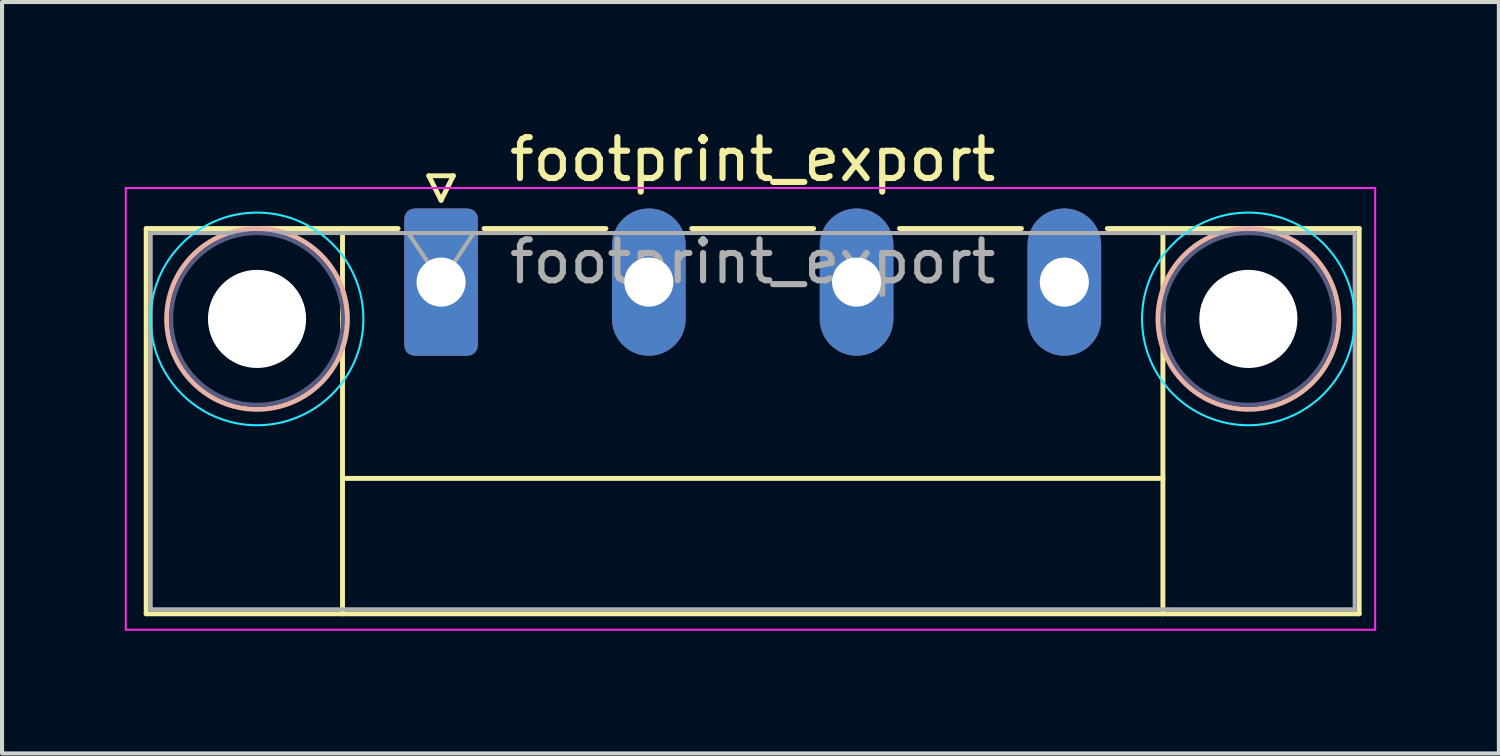
<source format=kicad_pcb>
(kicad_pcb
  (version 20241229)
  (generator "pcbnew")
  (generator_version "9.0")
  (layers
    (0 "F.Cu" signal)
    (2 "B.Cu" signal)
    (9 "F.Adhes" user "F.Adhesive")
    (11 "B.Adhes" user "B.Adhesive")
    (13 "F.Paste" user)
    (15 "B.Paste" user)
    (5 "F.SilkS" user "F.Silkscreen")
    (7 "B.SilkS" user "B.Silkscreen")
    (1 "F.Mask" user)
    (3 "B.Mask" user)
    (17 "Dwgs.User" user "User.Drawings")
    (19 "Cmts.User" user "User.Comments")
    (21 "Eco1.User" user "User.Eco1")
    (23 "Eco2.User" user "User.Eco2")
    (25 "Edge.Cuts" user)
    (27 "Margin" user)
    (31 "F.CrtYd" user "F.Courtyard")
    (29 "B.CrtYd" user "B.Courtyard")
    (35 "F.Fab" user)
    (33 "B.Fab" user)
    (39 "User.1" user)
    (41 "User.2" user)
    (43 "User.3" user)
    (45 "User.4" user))
  (footprint "footprint_export"
    (layer "F.Cu")
    (at 7.735 3.848)
    (property "Reference" "footprint_export" (at 7.62 -3 0) (layer "F.SilkS") (effects (font (size 1 1) (thickness 0.15))))
    (attr through_hole)
    (fp_line (start -7.21 -1.31) (end -7.21 8.11) (stroke (width 0.12) (type solid)) (layer "F.SilkS"))
    (fp_line (start -7.21 -1.31) (end -1.05 -1.31) (stroke (width 0.12) (type solid)) (layer "F.SilkS"))
    (fp_line (start -7.21 8.11) (end 22.45 8.11) (stroke (width 0.12) (type solid)) (layer "F.SilkS"))
    (fp_line (start -2.41 -1.31) (end -2.41 8.11) (stroke (width 0.12) (type solid)) (layer "F.SilkS"))
    (fp_line (start -2.41 4.8) (end 17.65 4.8) (stroke (width 0.12) (type solid)) (layer "F.SilkS"))
    (fp_line (start -0.3 -2.6) (end 0.3 -2.6) (stroke (width 0.12) (type solid)) (layer "F.SilkS"))
    (fp_line (start 0 -2) (end -0.3 -2.6) (stroke (width 0.12) (type solid)) (layer "F.SilkS"))
    (fp_line (start 0.3 -2.6) (end 0 -2) (stroke (width 0.12) (type solid)) (layer "F.SilkS"))
    (fp_line (start 1.05 -1.31) (end 4.03 -1.31) (stroke (width 0.12) (type solid)) (layer "F.SilkS"))
    (fp_line (start 6.13 -1.31) (end 9.11 -1.31) (stroke (width 0.12) (type solid)) (layer "F.SilkS"))
    (fp_line (start 11.21 -1.31) (end 14.19 -1.31) (stroke (width 0.12) (type solid)) (layer "F.SilkS"))
    (fp_line (start 17.65 -1.31) (end 17.65 8.11) (stroke (width 0.12) (type solid)) (layer "F.SilkS"))
    (fp_line (start 22.45 -1.31) (end 16.29 -1.31) (stroke (width 0.12) (type solid)) (layer "F.SilkS"))
    (fp_line (start 22.45 8.11) (end 22.45 -1.31) (stroke (width 0.12) (type solid)) (layer "F.SilkS"))
    (fp_circle (center -4.5 0.9) (end -2.29 0.9) (stroke (width 0.12) (type solid)) (fill no) (layer "B.SilkS"))
    (fp_circle (center 19.74 0.9) (end 21.95 0.9) (stroke (width 0.12) (type solid)) (fill no) (layer "B.SilkS"))
    (fp_circle (center -4.5 0.9) (end -1.9 0.9) (stroke (width 0.05) (type solid)) (fill no) (layer "B.CrtYd"))
    (fp_circle (center 19.74 0.9) (end 22.34 0.9) (stroke (width 0.05) (type solid)) (fill no) (layer "B.CrtYd"))
    (fp_line (start -7.71 -2.3) (end -7.71 8.5) (stroke (width 0.05) (type solid)) (layer "F.CrtYd"))
    (fp_line (start -7.71 8.5) (end 22.84 8.5) (stroke (width 0.05) (type solid)) (layer "F.CrtYd"))
    (fp_line (start 22.84 -2.3) (end -7.71 -2.3) (stroke (width 0.05) (type solid)) (layer "F.CrtYd"))
    (fp_line (start 22.84 8.5) (end 22.84 -2.3) (stroke (width 0.05) (type solid)) (layer "F.CrtYd"))
    (fp_circle (center -4.5 0.9) (end -2.4 0.9) (stroke (width 0.1) (type solid)) (fill no) (layer "B.Fab"))
    (fp_circle (center 19.74 0.9) (end 21.84 0.9) (stroke (width 0.1) (type solid)) (fill no) (layer "B.Fab"))
    (fp_line (start -7.1 -1.2) (end -7.1 8) (stroke (width 0.1) (type solid)) (layer "F.Fab"))
    (fp_line (start -7.1 8) (end 22.34 8) (stroke (width 0.1) (type solid)) (layer "F.Fab"))
    (fp_line (start 0 0) (end -0.8 -1.2) (stroke (width 0.1) (type solid)) (layer "F.Fab"))
    (fp_line (start 0.8 -1.2) (end 0 0) (stroke (width 0.1) (type solid)) (layer "F.Fab"))
    (fp_line (start 22.34 -1.2) (end -7.1 -1.2) (stroke (width 0.1) (type solid)) (layer "F.Fab"))
    (fp_line (start 22.34 8) (end 22.34 -1.2) (stroke (width 0.1) (type solid)) (layer "F.Fab"))
    (fp_text user "${REFERENCE}" (at 7.62 -0.5 0) (layer "F.Fab") (effects (font (size 1 1) (thickness 0.15))))
    (pad "" np_thru_hole circle (at -4.5 0.9) (size 2.4 2.4) (drill 2.4) (layers "*.Cu" "*.Mask"))
    (pad "" np_thru_hole circle (at 19.74 0.9) (size 2.4 2.4) (drill 2.4) (layers "*.Cu" "*.Mask"))
    (pad "1" thru_hole roundrect (at 0 0) (size 1.8 3.6) (drill 1.2) (layers "*.Cu" "*.Mask") (roundrect_rratio 0.139))
    (pad "2" thru_hole oval (at 5.08 0) (size 1.8 3.6) (drill 1.2) (layers "*.Cu" "*.Mask"))
    (pad "3" thru_hole oval (at 10.16 0) (size 1.8 3.6) (drill 1.2) (layers "*.Cu" "*.Mask"))
    (pad "4" thru_hole oval (at 15.24 0) (size 1.8 3.6) (drill 1.2) (layers "*.Cu" "*.Mask")))
  (gr_rect
    (start -3 -3)
    (end 33.6 15.373)
    (stroke (width 0.1) (type default))
    (fill no)
    (layer "Edge.Cuts")))
</source>
